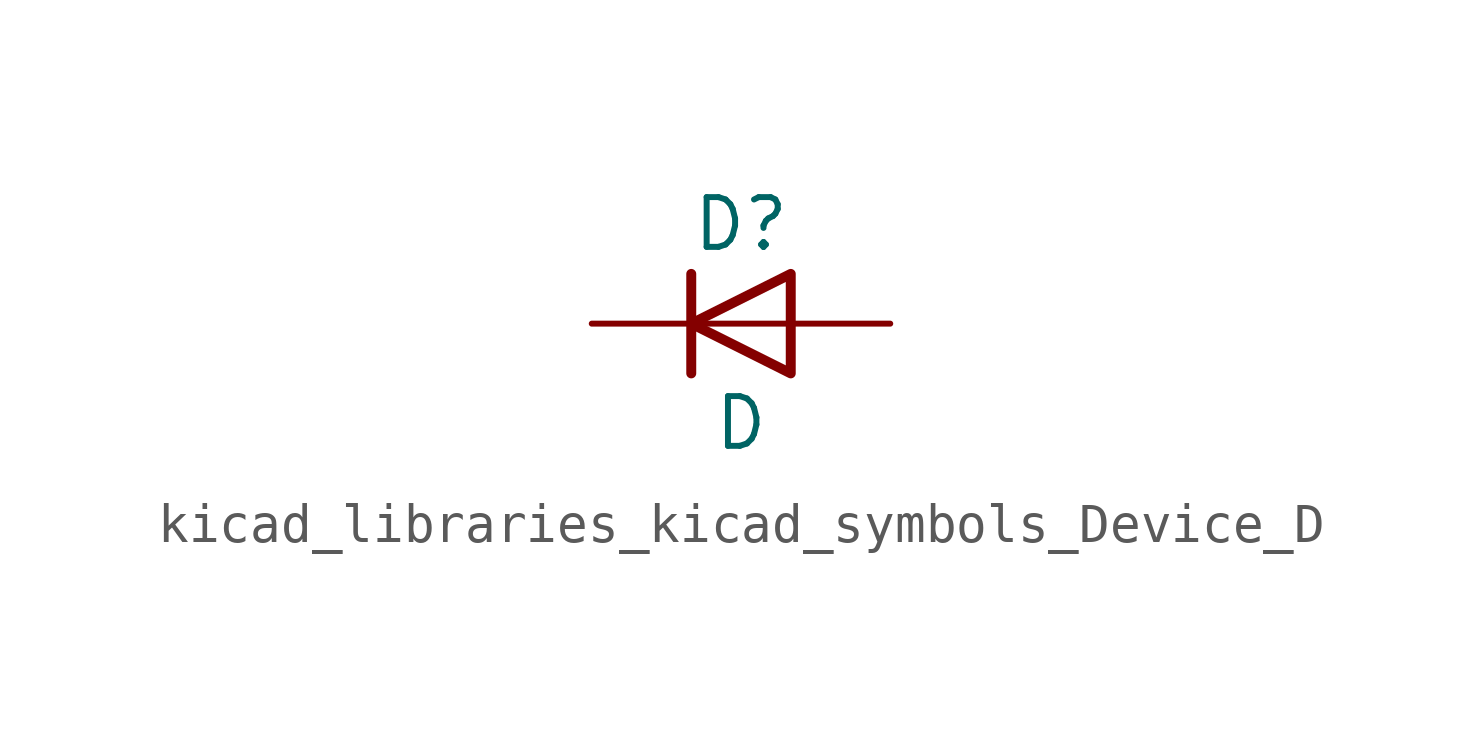
<source format=kicad_sym>
(kicad_symbol_lib
  (version 20220914)
  (generator kicad_symbol_editor)
  (symbol "kicad_libraries_kicad_symbols_Device_D"
    (pin_numbers hide)
    (pin_names
      (offset 1.016) hide)
    (property "Reference" "D"
      (at 0 2.54 0)
      (effects (font (size 1.27 1.27))))
    (property "Value" "D"
      (at 0 -2.54 0)
      (effects (font (size 1.27 1.27))))
    (symbol "kicad_libraries_kicad_symbols_Device_D_0_1"
      (polyline (pts (xy -1.27 1.27) (xy -1.27 -1.27)) (stroke (width 0.254) (type default)) (fill (type none)))
      (polyline (pts (xy 1.27 0) (xy -1.27 0)) (stroke (width 0) (type default)) (fill (type none)))
      (polyline (pts (xy 1.27 1.27) (xy 1.27 -1.27) (xy -1.27 0) (xy 1.27 1.27)) (stroke (width 0.254) (type default)) (fill (type none))))
    (symbol "kicad_libraries_kicad_symbols_Device_D_1_1"
      (pin passive line (at -3.81 0 0) (length 2.54) (name "K" (effects (font (size 1.27 1.27)))) (number "1" (effects (font (size 1.27 1.27)))))
      (pin passive line (at 3.81 0 180) (length 2.54) (name "A" (effects (font (size 1.27 1.27)))) (number "2" (effects (font (size 1.27 1.27))))))))
</source>
